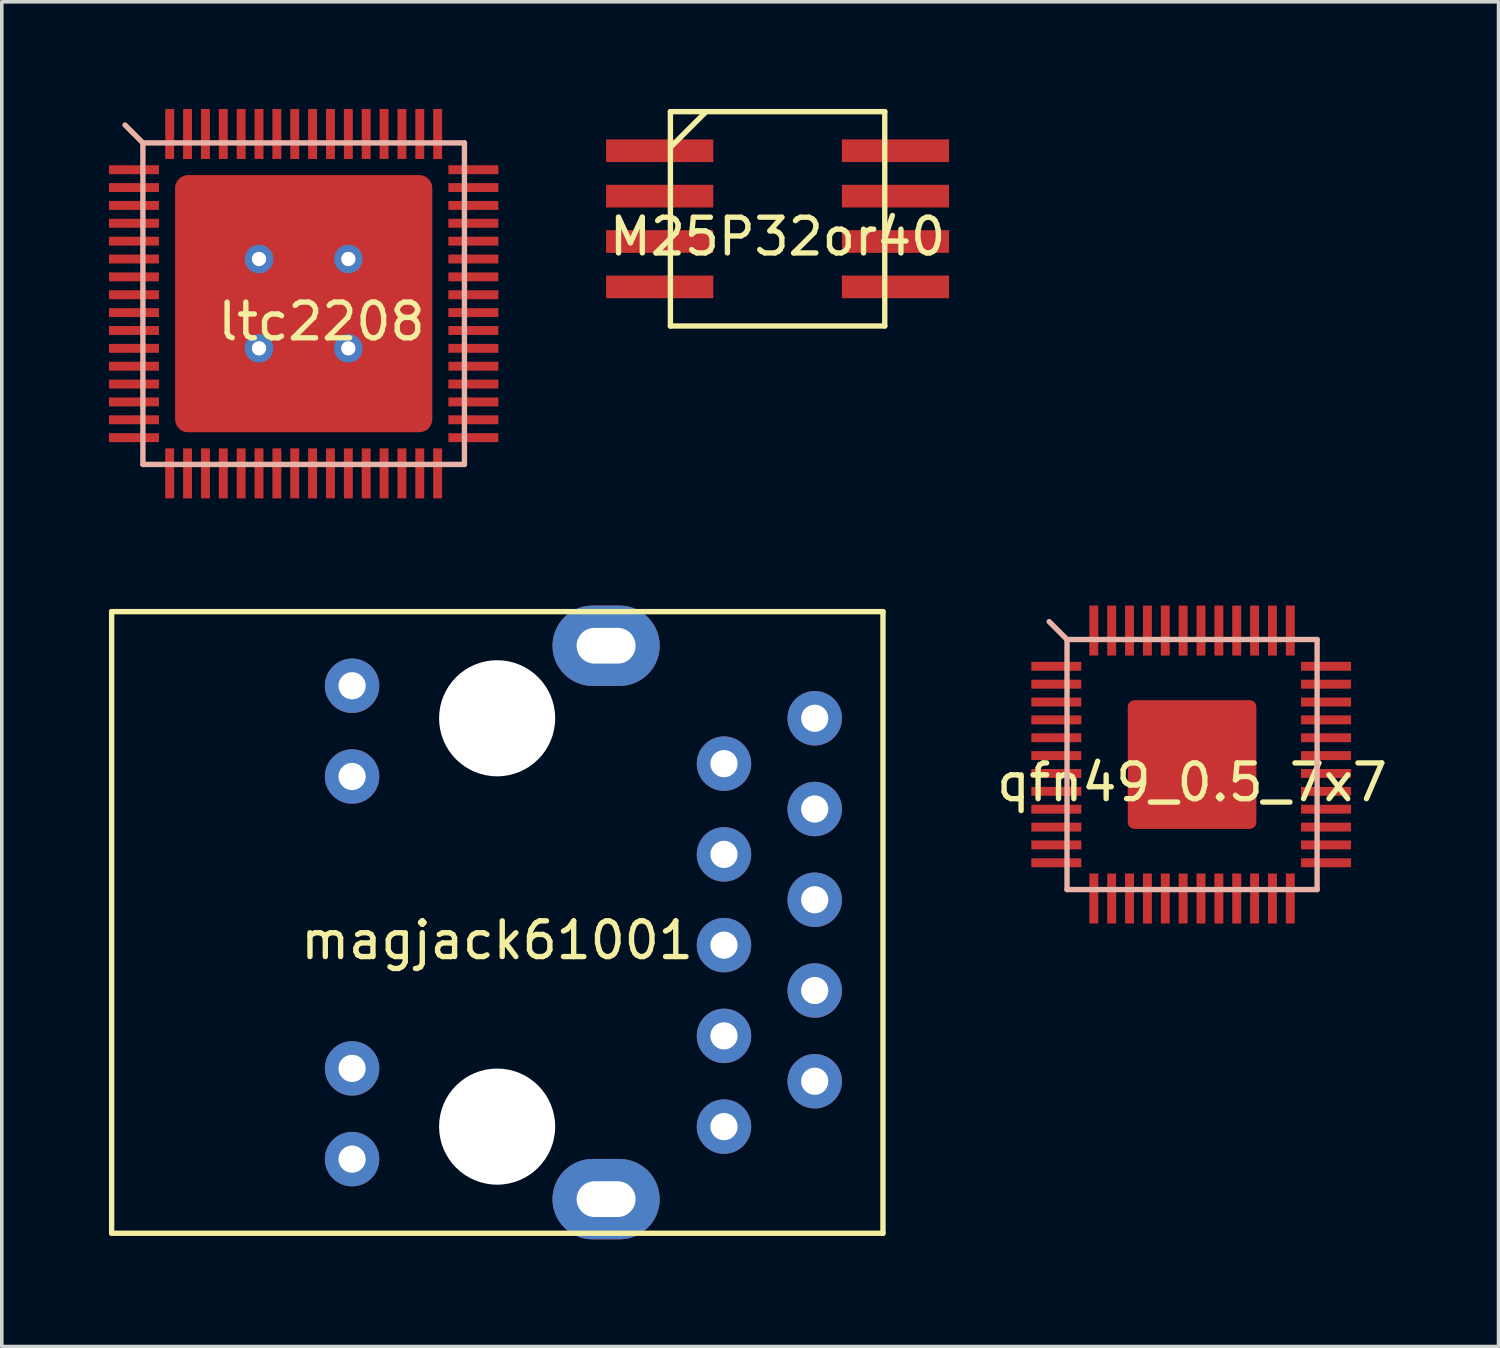
<source format=kicad_pcb>
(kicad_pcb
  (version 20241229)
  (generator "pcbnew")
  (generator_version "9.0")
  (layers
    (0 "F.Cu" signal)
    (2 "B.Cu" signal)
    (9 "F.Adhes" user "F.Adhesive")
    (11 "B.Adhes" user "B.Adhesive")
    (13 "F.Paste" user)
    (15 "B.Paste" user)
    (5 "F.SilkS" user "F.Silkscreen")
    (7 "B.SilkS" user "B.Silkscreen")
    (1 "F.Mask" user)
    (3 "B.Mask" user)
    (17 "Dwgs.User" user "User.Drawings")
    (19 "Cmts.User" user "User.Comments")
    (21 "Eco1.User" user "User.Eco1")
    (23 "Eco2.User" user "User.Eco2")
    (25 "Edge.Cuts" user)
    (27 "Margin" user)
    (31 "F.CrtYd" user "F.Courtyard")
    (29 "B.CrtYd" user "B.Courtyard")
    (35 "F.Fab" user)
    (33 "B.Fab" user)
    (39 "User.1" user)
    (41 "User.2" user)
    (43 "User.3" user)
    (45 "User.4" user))
  (footprint "ltc2208"
    (layer "F.Cu")
    (at 5.45 5.45)
    (property "Reference" "ltc2208" (at 0.5 0.5 0) (layer "F.SilkS") (effects (font (size 1 1) (thickness 0.15))))
    (attr through_hole)
    (fp_line (start -5 -5) (end -4.5 -4.5) (stroke (width 0.15) (type solid)) (layer "B.SilkS"))
    (fp_line (start -4.5 -4.5) (end 4.5 -4.5) (stroke (width 0.15) (type solid)) (layer "B.SilkS"))
    (fp_line (start -4.5 4.5) (end -4.5 -4.5) (stroke (width 0.15) (type solid)) (layer "B.SilkS"))
    (fp_line (start 4.5 -4.5) (end 4.5 4.5) (stroke (width 0.15) (type solid)) (layer "B.SilkS"))
    (fp_line (start 4.5 4.5) (end -4.5 4.5) (stroke (width 0.15) (type solid)) (layer "B.SilkS"))
    (pad "" smd roundrect (at -2.5 -2.5) (size 2 2) (layers "F.Paste") (roundrect_rratio 0.25))
    (pad "" smd roundrect (at -2.5 -2.5) (size 2.1 2.1) (layers "F.Mask") (roundrect_rratio 0.25))
    (pad "" smd roundrect (at -2.5 0) (size 2 2) (layers "F.Paste") (roundrect_rratio 0.25))
    (pad "" smd roundrect (at -2.5 0) (size 2.1 2.1) (layers "F.Mask") (roundrect_rratio 0.25))
    (pad "" smd roundrect (at -2.5 2.5) (size 2 2) (layers "F.Paste") (roundrect_rratio 0.25))
    (pad "" smd roundrect (at -2.5 2.5) (size 2.1 2.1) (layers "F.Mask") (roundrect_rratio 0.25))
    (pad "" smd roundrect (at 0 -2.5) (size 2 2) (layers "F.Paste") (roundrect_rratio 0.25))
    (pad "" smd roundrect (at 0 -2.5) (size 2.1 2.1) (layers "F.Mask") (roundrect_rratio 0.25))
    (pad "" smd roundrect (at 0 0) (size 2 2) (layers "F.Paste") (roundrect_rratio 0.25))
    (pad "" smd roundrect (at 0 0) (size 2.1 2.1) (layers "F.Mask") (roundrect_rratio 0.25))
    (pad "" smd roundrect (at 0 2.5) (size 2 2) (layers "F.Paste") (roundrect_rratio 0.25))
    (pad "" smd roundrect (at 0 2.5) (size 2.1 2.1) (layers "F.Mask") (roundrect_rratio 0.25))
    (pad "" smd roundrect (at 2.5 -2.5) (size 2 2) (layers "F.Paste") (roundrect_rratio 0.25))
    (pad "" smd roundrect (at 2.5 -2.5) (size 2.1 2.1) (layers "F.Mask") (roundrect_rratio 0.25))
    (pad "" smd roundrect (at 2.5 0) (size 2 2) (layers "F.Paste") (roundrect_rratio 0.25))
    (pad "" smd roundrect (at 2.5 0) (size 2.1 2.1) (layers "F.Mask") (roundrect_rratio 0.25))
    (pad "" smd roundrect (at 2.5 2.5) (size 2 2) (layers "F.Paste") (roundrect_rratio 0.25))
    (pad "" smd roundrect (at 2.5 2.5) (size 2.1 2.1) (layers "F.Mask") (roundrect_rratio 0.25))
    (pad "1" smd rect (at -4.75 -3.75) (size 1.4 0.25) (layers "F.Cu" "F.Mask" "F.Paste"))
    (pad "2" smd rect (at -4.75 -3.25) (size 1.4 0.25) (layers "F.Cu" "F.Mask" "F.Paste"))
    (pad "3" smd rect (at -4.75 -2.75) (size 1.4 0.25) (layers "F.Cu" "F.Mask" "F.Paste"))
    (pad "4" smd rect (at -4.75 -2.25) (size 1.4 0.25) (layers "F.Cu" "F.Mask" "F.Paste"))
    (pad "5" smd rect (at -4.75 -1.75) (size 1.4 0.25) (layers "F.Cu" "F.Mask" "F.Paste"))
    (pad "6" smd rect (at -4.75 -1.25) (size 1.4 0.25) (layers "F.Cu" "F.Mask" "F.Paste"))
    (pad "7" smd rect (at -4.75 -0.75) (size 1.4 0.25) (layers "F.Cu" "F.Mask" "F.Paste"))
    (pad "8" smd rect (at -4.75 -0.25) (size 1.4 0.25) (layers "F.Cu" "F.Mask" "F.Paste"))
    (pad "9" smd rect (at -4.75 0.25) (size 1.4 0.25) (layers "F.Cu" "F.Mask" "F.Paste"))
    (pad "10" smd rect (at -4.75 0.75) (size 1.4 0.25) (layers "F.Cu" "F.Mask" "F.Paste"))
    (pad "11" smd rect (at -4.75 1.25) (size 1.4 0.25) (layers "F.Cu" "F.Mask" "F.Paste"))
    (pad "12" smd rect (at -4.75 1.75) (size 1.4 0.25) (layers "F.Cu" "F.Mask" "F.Paste"))
    (pad "13" smd rect (at -4.75 2.25) (size 1.4 0.25) (layers "F.Cu" "F.Mask" "F.Paste"))
    (pad "14" smd rect (at -4.75 2.75) (size 1.4 0.25) (layers "F.Cu" "F.Mask" "F.Paste"))
    (pad "15" smd rect (at -4.75 3.25) (size 1.4 0.25) (layers "F.Cu" "F.Mask" "F.Paste"))
    (pad "16" smd rect (at -4.75 3.75) (size 1.4 0.25) (layers "F.Cu" "F.Mask" "F.Paste"))
    (pad "17" smd rect (at -3.75 4.75 90) (size 1.4 0.25) (layers "F.Cu" "F.Mask" "F.Paste"))
    (pad "18" smd rect (at -3.25 4.75 90) (size 1.4 0.25) (layers "F.Cu" "F.Mask" "F.Paste"))
    (pad "19" smd rect (at -2.75 4.75 90) (size 1.4 0.25) (layers "F.Cu" "F.Mask" "F.Paste"))
    (pad "20" smd rect (at -2.25 4.75 90) (size 1.4 0.25) (layers "F.Cu" "F.Mask" "F.Paste"))
    (pad "21" smd rect (at -1.75 4.75 90) (size 1.4 0.25) (layers "F.Cu" "F.Mask" "F.Paste"))
    (pad "22" smd rect (at -1.25 4.75 90) (size 1.4 0.25) (layers "F.Cu" "F.Mask" "F.Paste"))
    (pad "23" smd rect (at -0.75 4.75 90) (size 1.4 0.25) (layers "F.Cu" "F.Mask" "F.Paste"))
    (pad "24" smd rect (at -0.25 4.75 90) (size 1.4 0.25) (layers "F.Cu" "F.Mask" "F.Paste"))
    (pad "25" smd rect (at 0.25 4.75 90) (size 1.4 0.25) (layers "F.Cu" "F.Mask" "F.Paste"))
    (pad "26" smd rect (at 0.75 4.75 90) (size 1.4 0.25) (layers "F.Cu" "F.Mask" "F.Paste"))
    (pad "27" smd rect (at 1.25 4.75 90) (size 1.4 0.25) (layers "F.Cu" "F.Mask" "F.Paste"))
    (pad "28" smd rect (at 1.75 4.75 90) (size 1.4 0.25) (layers "F.Cu" "F.Mask" "F.Paste"))
    (pad "29" smd rect (at 2.25 4.75 90) (size 1.4 0.25) (layers "F.Cu" "F.Mask" "F.Paste"))
    (pad "30" smd rect (at 2.75 4.75 90) (size 1.4 0.25) (layers "F.Cu" "F.Mask" "F.Paste"))
    (pad "31" smd rect (at 3.25 4.75 90) (size 1.4 0.25) (layers "F.Cu" "F.Mask" "F.Paste"))
    (pad "32" smd rect (at 3.75 4.75 90) (size 1.4 0.25) (layers "F.Cu" "F.Mask" "F.Paste"))
    (pad "33" smd rect (at 4.75 3.75 180) (size 1.4 0.25) (layers "F.Cu" "F.Mask" "F.Paste"))
    (pad "34" smd rect (at 4.75 3.25) (size 1.4 0.25) (layers "F.Cu" "F.Mask" "F.Paste"))
    (pad "35" smd rect (at 4.75 2.75 180) (size 1.4 0.25) (layers "F.Cu" "F.Mask" "F.Paste"))
    (pad "36" smd rect (at 4.75 2.25) (size 1.4 0.25) (layers "F.Cu" "F.Mask" "F.Paste"))
    (pad "37" smd rect (at 4.75 1.75) (size 1.4 0.25) (layers "F.Cu" "F.Mask" "F.Paste"))
    (pad "38" smd rect (at 4.75 1.25) (size 1.4 0.25) (layers "F.Cu" "F.Mask" "F.Paste"))
    (pad "39" smd rect (at 4.75 0.75) (size 1.4 0.25) (layers "F.Cu" "F.Mask" "F.Paste"))
    (pad "40" smd rect (at 4.75 0.25) (size 1.4 0.25) (layers "F.Cu" "F.Mask" "F.Paste"))
    (pad "41" smd rect (at 4.75 -0.25) (size 1.4 0.25) (layers "F.Cu" "F.Mask" "F.Paste"))
    (pad "42" smd rect (at 4.75 -0.75) (size 1.4 0.25) (layers "F.Cu" "F.Mask" "F.Paste"))
    (pad "43" smd rect (at 4.75 -1.25) (size 1.4 0.25) (layers "F.Cu" "F.Mask" "F.Paste"))
    (pad "44" smd rect (at 4.75 -1.75) (size 1.4 0.25) (layers "F.Cu" "F.Mask" "F.Paste"))
    (pad "45" smd rect (at 4.75 -2.25) (size 1.4 0.25) (layers "F.Cu" "F.Mask" "F.Paste"))
    (pad "46" smd rect (at 4.75 -2.75) (size 1.4 0.25) (layers "F.Cu" "F.Mask" "F.Paste"))
    (pad "47" smd rect (at 4.75 -3.25) (size 1.4 0.25) (layers "F.Cu" "F.Mask" "F.Paste"))
    (pad "48" smd rect (at 4.75 -3.75 180) (size 1.4 0.25) (layers "F.Cu" "F.Mask" "F.Paste"))
    (pad "49" smd rect (at 3.75 -4.75 90) (size 1.4 0.25) (layers "F.Cu" "F.Mask" "F.Paste"))
    (pad "50" smd rect (at 3.25 -4.75 90) (size 1.4 0.25) (layers "F.Cu" "F.Mask" "F.Paste"))
    (pad "51" smd rect (at 2.75 -4.75 90) (size 1.4 0.25) (layers "F.Cu" "F.Mask" "F.Paste"))
    (pad "52" smd rect (at 2.25 -4.75 90) (size 1.4 0.25) (layers "F.Cu" "F.Mask" "F.Paste"))
    (pad "53" smd rect (at 1.75 -4.75 90) (size 1.4 0.25) (layers "F.Cu" "F.Mask" "F.Paste"))
    (pad "54" smd rect (at 1.25 -4.75 90) (size 1.4 0.25) (layers "F.Cu" "F.Mask" "F.Paste"))
    (pad "55" smd rect (at 0.75 -4.75 90) (size 1.4 0.25) (layers "F.Cu" "F.Mask" "F.Paste"))
    (pad "56" smd rect (at 0.25 -4.75 90) (size 1.4 0.25) (layers "F.Cu" "F.Mask" "F.Paste"))
    (pad "57" smd rect (at -0.25 -4.75 90) (size 1.4 0.25) (layers "F.Cu" "F.Mask" "F.Paste"))
    (pad "58" smd rect (at -0.75 -4.75 90) (size 1.4 0.25) (layers "F.Cu" "F.Mask" "F.Paste"))
    (pad "59" smd rect (at -1.25 -4.75 90) (size 1.4 0.25) (layers "F.Cu" "F.Mask" "F.Paste"))
    (pad "60" smd rect (at -1.75 -4.75 90) (size 1.4 0.25) (layers "F.Cu" "F.Mask" "F.Paste"))
    (pad "61" smd rect (at -2.25 -4.75 90) (size 1.4 0.25) (layers "F.Cu" "F.Mask" "F.Paste"))
    (pad "62" smd rect (at -2.75 -4.75 90) (size 1.4 0.25) (layers "F.Cu" "F.Mask" "F.Paste"))
    (pad "63" smd rect (at -3.25 -4.75 90) (size 1.4 0.25) (layers "F.Cu" "F.Mask" "F.Paste"))
    (pad "64" smd rect (at -3.75 -4.75 90) (size 1.4 0.25) (layers "F.Cu" "F.Mask" "F.Paste"))
    (pad "65" thru_hole circle (at -1.25 -1.25) (size 0.8 0.8) (drill 0.4) (layers "*.Cu"))
    (pad "65" thru_hole circle (at -1.25 1.25) (size 0.8 0.8) (drill 0.4) (layers "*.Cu"))
    (pad "65" smd roundrect (at 0 0) (size 7.2 7.2) (layers "F.Cu") (roundrect_rratio 0.05))
    (pad "65" thru_hole circle (at 1.25 -1.25) (size 0.8 0.8) (drill 0.4) (layers "*.Cu"))
    (pad "65" thru_hole circle (at 1.25 1.25) (size 0.8 0.8) (drill 0.4) (layers "*.Cu")))
  (footprint "M25P32or40"
    (layer "F.Cu")
    (at 18.715 3.075)
    (property "Reference" "M25P32or40" (at 0 0.5 0) (layer "F.SilkS") (effects (font (size 1 1) (thickness 0.15))))
    (attr through_hole)
    (fp_line (start -3 -3) (end -2 -3) (stroke (width 0.15) (type solid)) (layer "F.SilkS"))
    (fp_line (start -3 -2) (end -2 -3) (stroke (width 0.15) (type solid)) (layer "F.SilkS"))
    (fp_line (start -3 3) (end -3 -3) (stroke (width 0.15) (type solid)) (layer "F.SilkS"))
    (fp_line (start -2 -3) (end 3 -3) (stroke (width 0.15) (type solid)) (layer "F.SilkS"))
    (fp_line (start 3 -3) (end 3 3) (stroke (width 0.15) (type solid)) (layer "F.SilkS"))
    (fp_line (start 3 3) (end -3 3) (stroke (width 0.15) (type solid)) (layer "F.SilkS"))
    (pad "1" smd rect (at -3.3 -1.905) (size 3 0.635) (layers "F.Cu" "F.Mask" "F.Paste"))
    (pad "2" smd rect (at -3.3 -0.635) (size 3 0.635) (layers "F.Cu" "F.Mask" "F.Paste"))
    (pad "3" smd rect (at -3.3 0.635) (size 3 0.635) (layers "F.Cu" "F.Mask" "F.Paste"))
    (pad "4" smd rect (at -3.3 1.905) (size 3 0.635) (layers "F.Cu" "F.Mask" "F.Paste"))
    (pad "5" smd rect (at 3.3 1.905) (size 3 0.635) (layers "F.Cu" "F.Mask" "F.Paste"))
    (pad "6" smd rect (at 3.3 0.635) (size 3 0.635) (layers "F.Cu" "F.Mask" "F.Paste"))
    (pad "7" smd rect (at 3.3 -0.635) (size 3 0.635) (layers "F.Cu" "F.Mask" "F.Paste"))
    (pad "8" smd rect (at 3.3 -1.905) (size 3 0.635) (layers "F.Cu" "F.Mask" "F.Paste")))
  (footprint "qfn49_0.5_7x7"
    (layer "F.Cu")
    (at 30.317 18.35)
    (property "Reference" "qfn49_0.5_7x7" (at 0 0.5 0) (layer "F.SilkS") (effects (font (size 1 1) (thickness 0.15))))
    (attr through_hole)
    (fp_line (start -4 -4) (end -3.5 -3.5) (stroke (width 0.15) (type solid)) (layer "B.SilkS"))
    (fp_line (start -3.5 -3.5) (end 3.5 -3.5) (stroke (width 0.15) (type solid)) (layer "B.SilkS"))
    (fp_line (start -3.5 3.5) (end -3.5 -3.5) (stroke (width 0.15) (type solid)) (layer "B.SilkS"))
    (fp_line (start 3.5 -3.5) (end 3.5 3.5) (stroke (width 0.15) (type solid)) (layer "B.SilkS"))
    (fp_line (start 3.5 3.5) (end -3.5 3.5) (stroke (width 0.15) (type solid)) (layer "B.SilkS"))
    (pad "" smd roundrect (at -1 -1) (size 1.4 1.4) (layers "F.Paste") (roundrect_rratio 0.05))
    (pad "" smd roundrect (at -1 -1) (size 1.5 1.5) (layers "F.Mask") (roundrect_rratio 0.05))
    (pad "" smd roundrect (at -1 1) (size 1.4 1.4) (layers "F.Paste") (roundrect_rratio 0.05))
    (pad "" smd roundrect (at -1 1) (size 1.5 1.5) (layers "F.Mask") (roundrect_rratio 0.05))
    (pad "" smd roundrect (at 1 -1) (size 1.4 1.4) (layers "F.Paste") (roundrect_rratio 0.05))
    (pad "" smd roundrect (at 1 -1) (size 1.5 1.5) (layers "F.Mask") (roundrect_rratio 0.05))
    (pad "" smd roundrect (at 1 1) (size 1.4 1.4) (layers "F.Paste") (roundrect_rratio 0.05))
    (pad "" smd roundrect (at 1 1) (size 1.5 1.5) (layers "F.Mask") (roundrect_rratio 0.05))
    (pad "1" smd rect (at -3.8 -2.75) (size 1.4 0.25) (layers "F.Cu" "F.Mask" "F.Paste"))
    (pad "2" smd rect (at -3.8 -2.25) (size 1.4 0.25) (layers "F.Cu" "F.Mask" "F.Paste"))
    (pad "3" smd rect (at -3.8 -1.75) (size 1.4 0.25) (layers "F.Cu" "F.Mask" "F.Paste"))
    (pad "4" smd rect (at -3.8 -1.25) (size 1.4 0.25) (layers "F.Cu" "F.Mask" "F.Paste"))
    (pad "5" smd rect (at -3.8 -0.75) (size 1.4 0.25) (layers "F.Cu" "F.Mask" "F.Paste"))
    (pad "6" smd rect (at -3.8 -0.25) (size 1.4 0.25) (layers "F.Cu" "F.Mask" "F.Paste"))
    (pad "7" smd rect (at -3.8 0.25) (size 1.4 0.25) (layers "F.Cu" "F.Mask" "F.Paste"))
    (pad "8" smd rect (at -3.8 0.75) (size 1.4 0.25) (layers "F.Cu" "F.Mask" "F.Paste"))
    (pad "9" smd rect (at -3.8 1.25) (size 1.4 0.25) (layers "F.Cu" "F.Mask" "F.Paste"))
    (pad "10" smd rect (at -3.8 1.75) (size 1.4 0.25) (layers "F.Cu" "F.Mask" "F.Paste"))
    (pad "11" smd rect (at -3.8 2.25) (size 1.4 0.25) (layers "F.Cu" "F.Mask" "F.Paste"))
    (pad "12" smd rect (at -3.8 2.75) (size 1.4 0.25) (layers "F.Cu" "F.Mask" "F.Paste"))
    (pad "13" smd rect (at -2.75 3.75 90) (size 1.4 0.25) (layers "F.Cu" "F.Mask" "F.Paste"))
    (pad "14" smd rect (at -2.25 3.75 90) (size 1.4 0.25) (layers "F.Cu" "F.Mask" "F.Paste"))
    (pad "15" smd rect (at -1.75 3.75 90) (size 1.4 0.25) (layers "F.Cu" "F.Mask" "F.Paste"))
    (pad "16" smd rect (at -1.25 3.75 90) (size 1.4 0.25) (layers "F.Cu" "F.Mask" "F.Paste"))
    (pad "17" smd rect (at -0.75 3.75 90) (size 1.4 0.25) (layers "F.Cu" "F.Mask" "F.Paste"))
    (pad "18" smd rect (at -0.25 3.75 90) (size 1.4 0.25) (layers "F.Cu" "F.Mask" "F.Paste"))
    (pad "19" smd rect (at 0.25 3.75 90) (size 1.4 0.25) (layers "F.Cu" "F.Mask" "F.Paste"))
    (pad "20" smd rect (at 0.75 3.75 90) (size 1.4 0.25) (layers "F.Cu" "F.Mask" "F.Paste"))
    (pad "21" smd rect (at 1.25 3.75 90) (size 1.4 0.25) (layers "F.Cu" "F.Mask" "F.Paste"))
    (pad "22" smd rect (at 1.75 3.75 90) (size 1.4 0.25) (layers "F.Cu" "F.Mask" "F.Paste"))
    (pad "23" smd rect (at 2.25 3.75 90) (size 1.4 0.25) (layers "F.Cu" "F.Mask" "F.Paste"))
    (pad "24" smd rect (at 2.75 3.75 90) (size 1.4 0.25) (layers "F.Cu" "F.Mask" "F.Paste"))
    (pad "25" smd rect (at 3.75 2.75) (size 1.4 0.25) (layers "F.Cu" "F.Mask" "F.Paste"))
    (pad "26" smd rect (at 3.75 2.25) (size 1.4 0.25) (layers "F.Cu" "F.Mask" "F.Paste"))
    (pad "27" smd rect (at 3.75 1.75) (size 1.4 0.25) (layers "F.Cu" "F.Mask" "F.Paste"))
    (pad "28" smd rect (at 3.75 1.25) (size 1.4 0.25) (layers "F.Cu" "F.Mask" "F.Paste"))
    (pad "29" smd rect (at 3.75 0.75) (size 1.4 0.25) (layers "F.Cu" "F.Mask" "F.Paste"))
    (pad "30" smd rect (at 3.75 0.25) (size 1.4 0.25) (layers "F.Cu" "F.Mask" "F.Paste"))
    (pad "31" smd rect (at 3.75 -0.25) (size 1.4 0.25) (layers "F.Cu" "F.Mask" "F.Paste"))
    (pad "32" smd rect (at 3.75 -0.75) (size 1.4 0.25) (layers "F.Cu" "F.Mask" "F.Paste"))
    (pad "33" smd rect (at 3.75 -1.25) (size 1.4 0.25) (layers "F.Cu" "F.Mask" "F.Paste"))
    (pad "34" smd rect (at 3.75 -1.75) (size 1.4 0.25) (layers "F.Cu" "F.Mask" "F.Paste"))
    (pad "35" smd rect (at 3.75 -2.25) (size 1.4 0.25) (layers "F.Cu" "F.Mask" "F.Paste"))
    (pad "36" smd rect (at 3.75 -2.75 180) (size 1.4 0.25) (layers "F.Cu" "F.Mask" "F.Paste"))
    (pad "37" smd rect (at 2.75 -3.75 90) (size 1.4 0.25) (layers "F.Cu" "F.Mask" "F.Paste"))
    (pad "38" smd rect (at 2.25 -3.75 90) (size 1.4 0.25) (layers "F.Cu" "F.Mask" "F.Paste"))
    (pad "39" smd rect (at 1.75 -3.75 90) (size 1.4 0.25) (layers "F.Cu" "F.Mask" "F.Paste"))
    (pad "40" smd rect (at 1.25 -3.75 90) (size 1.4 0.25) (layers "F.Cu" "F.Mask" "F.Paste"))
    (pad "41" smd rect (at 0.75 -3.75 90) (size 1.4 0.25) (layers "F.Cu" "F.Mask" "F.Paste"))
    (pad "42" smd rect (at 0.25 -3.75 90) (size 1.4 0.25) (layers "F.Cu" "F.Mask" "F.Paste"))
    (pad "43" smd rect (at -0.25 -3.75 90) (size 1.4 0.25) (layers "F.Cu" "F.Mask" "F.Paste"))
    (pad "44" smd rect (at -0.75 -3.75 90) (size 1.4 0.25) (layers "F.Cu" "F.Mask" "F.Paste"))
    (pad "45" smd rect (at -1.25 -3.75 90) (size 1.4 0.25) (layers "F.Cu" "F.Mask" "F.Paste"))
    (pad "46" smd rect (at -1.75 -3.75 90) (size 1.4 0.25) (layers "F.Cu" "F.Mask" "F.Paste"))
    (pad "47" smd rect (at -2.25 -3.75 90) (size 1.4 0.25) (layers "F.Cu" "F.Mask" "F.Paste"))
    (pad "48" smd rect (at -2.75 -3.75 90) (size 1.4 0.25) (layers "F.Cu" "F.Mask" "F.Paste"))
    (pad "49" smd roundrect (at 0 0) (size 3.6 3.6) (layers "F.Cu") (roundrect_rratio 0.05)))
  (footprint "magjack61001"
    (layer "F.Cu")
    (at 10.865 22.77)
    (property "Reference" "magjack61001" (at 0 0.5 0) (layer "F.SilkS") (effects (font (size 1 1) (thickness 0.15))))
    (attr through_hole)
    (fp_line (start -10.79 -8.7) (end -10.79 8.7) (stroke (width 0.15) (type solid)) (layer "F.SilkS"))
    (fp_line (start -10.79 -8.7) (end 10.8 -8.7) (stroke (width 0.15) (type solid)) (layer "F.SilkS"))
    (fp_line (start -10.79 8.7) (end 10.8 8.7) (stroke (width 0.15) (type solid)) (layer "F.SilkS"))
    (fp_line (start 10.8 -8.7) (end 10.8 8.7) (stroke (width 0.15) (type solid)) (layer "F.SilkS"))
    (pad "" np_thru_hole circle (at 0 -5.715) (size 3.25 3.25) (drill 3.25) (layers "*.Cu" "*.Mask"))
    (pad "" np_thru_hole circle (at 0 5.715) (size 3.25 3.25) (drill 3.25) (layers "*.Cu" "*.Mask"))
    (pad "1" thru_hole circle (at -4.06 -6.625) (size 1.524 1.524) (drill 0.762) (layers "*.Cu" "*.Mask"))
    (pad "2" thru_hole circle (at -4.06 -4.085) (size 1.524 1.524) (drill 0.762) (layers "*.Cu" "*.Mask"))
    (pad "3" thru_hole circle (at -4.06 4.085) (size 1.524 1.524) (drill 0.762) (layers "*.Cu" "*.Mask"))
    (pad "4" thru_hole circle (at -4.06 6.625) (size 1.524 1.524) (drill 0.762) (layers "*.Cu" "*.Mask"))
    (pad "5" thru_hole circle (at 8.89 -5.715) (size 1.524 1.524) (drill 0.762) (layers "*.Cu" "*.Mask"))
    (pad "6" thru_hole circle (at 6.35 -4.445) (size 1.524 1.524) (drill 0.762) (layers "*.Cu" "*.Mask"))
    (pad "7" thru_hole circle (at 8.89 -3.175) (size 1.524 1.524) (drill 0.762) (layers "*.Cu" "*.Mask"))
    (pad "8" thru_hole circle (at 6.35 -1.905) (size 1.524 1.524) (drill 0.762) (layers "*.Cu" "*.Mask"))
    (pad "9" thru_hole circle (at 8.89 -0.635) (size 1.524 1.524) (drill 0.762) (layers "*.Cu" "*.Mask"))
    (pad "10" thru_hole circle (at 6.35 0.635 90) (size 1.524 1.524) (drill 0.762) (layers "*.Cu" "*.Mask"))
    (pad "11" thru_hole circle (at 8.89 1.905) (size 1.524 1.524) (drill 0.762) (layers "*.Cu" "*.Mask"))
    (pad "12" thru_hole circle (at 6.35 3.175) (size 1.524 1.524) (drill 0.762) (layers "*.Cu" "*.Mask"))
    (pad "13" thru_hole circle (at 8.89 4.445) (size 1.524 1.524) (drill 0.762) (layers "*.Cu" "*.Mask"))
    (pad "14" thru_hole circle (at 6.35 5.715) (size 1.524 1.524) (drill 0.762) (layers "*.Cu" "*.Mask"))
    (pad "shield" thru_hole oval (at 3.05 -7.745) (size 3 2.25) (drill oval 1.65 1) (layers "*.Cu" "*.Mask"))
    (pad "shield" thru_hole oval (at 3.05 7.745) (size 3 2.25) (drill oval 1.65 1) (layers "*.Cu" "*.Mask")))
  (gr_rect
    (start -3 -3)
    (end 38.895 34.64)
    (stroke (width 0.1) (type default))
    (fill no)
    (layer "Edge.Cuts")))
</source>
